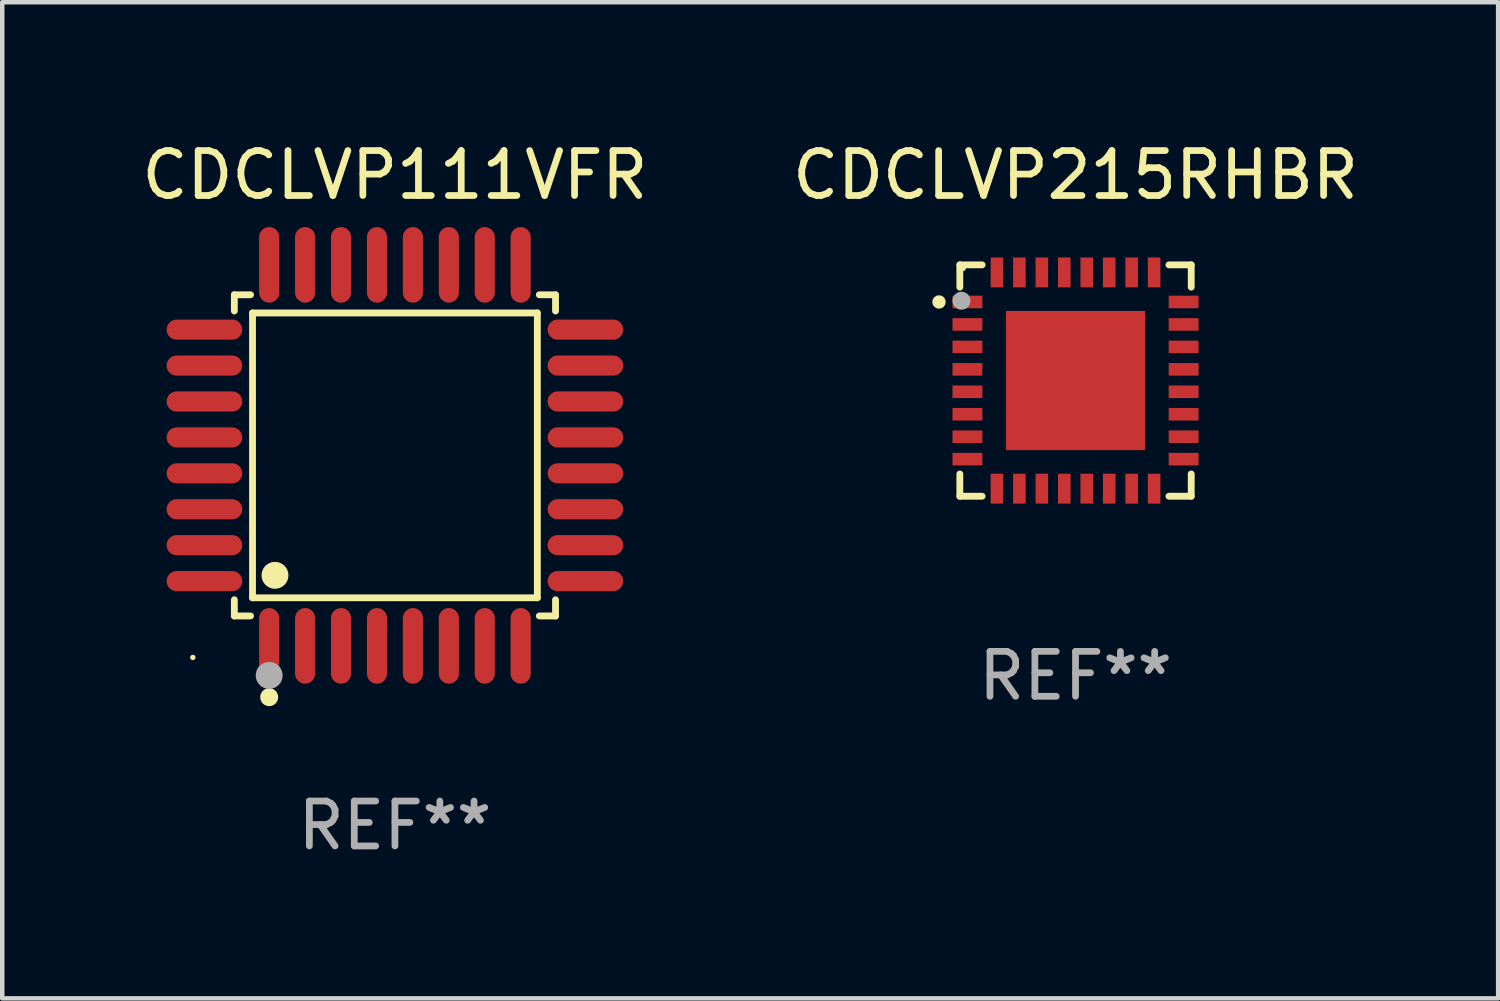
<source format=kicad_pcb>
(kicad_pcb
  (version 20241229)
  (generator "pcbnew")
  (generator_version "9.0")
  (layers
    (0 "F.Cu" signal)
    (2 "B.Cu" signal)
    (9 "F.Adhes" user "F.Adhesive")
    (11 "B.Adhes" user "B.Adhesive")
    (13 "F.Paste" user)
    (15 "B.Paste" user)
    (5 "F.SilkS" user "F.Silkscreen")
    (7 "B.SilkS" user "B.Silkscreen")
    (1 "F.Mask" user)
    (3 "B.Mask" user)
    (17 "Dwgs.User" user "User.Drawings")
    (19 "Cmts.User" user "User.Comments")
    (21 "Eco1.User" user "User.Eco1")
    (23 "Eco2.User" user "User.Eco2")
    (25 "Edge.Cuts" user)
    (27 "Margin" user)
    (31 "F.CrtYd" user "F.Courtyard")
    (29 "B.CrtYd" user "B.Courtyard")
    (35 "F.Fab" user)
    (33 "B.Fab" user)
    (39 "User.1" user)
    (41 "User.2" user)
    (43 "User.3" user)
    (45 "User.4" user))
  (footprint "CDCLVP111VFR"
    (layer "F.Cu")
    (at 5.744 7.09)
    (property "Reference" "CDCLVP111VFR" (at 0 -6.242 0) (layer "F.SilkS") (effects (font (size 1 1) (thickness 0.15))))
    (attr through_hole)
    (fp_line (start -3.576 -3.576) (end -3.215 -3.576) (stroke (width 0.152) (type solid)) (layer "F.SilkS"))
    (fp_line (start -3.576 -3.215) (end -3.576 -3.576) (stroke (width 0.152) (type solid)) (layer "F.SilkS"))
    (fp_line (start -3.576 3.215) (end -3.576 3.576) (stroke (width 0.152) (type solid)) (layer "F.SilkS"))
    (fp_line (start -3.576 3.576) (end -3.215 3.576) (stroke (width 0.152) (type solid)) (layer "F.SilkS"))
    (fp_line (start -3.171 -3.171) (end 3.171 -3.171) (stroke (width 0.152) (type solid)) (layer "F.SilkS"))
    (fp_line (start -3.171 3.171) (end -3.171 -3.171) (stroke (width 0.152) (type solid)) (layer "F.SilkS"))
    (fp_line (start 3.171 -3.171) (end 3.171 3.171) (stroke (width 0.152) (type solid)) (layer "F.SilkS"))
    (fp_line (start 3.171 3.171) (end -3.171 3.171) (stroke (width 0.152) (type solid)) (layer "F.SilkS"))
    (fp_line (start 3.576 -3.576) (end 3.215 -3.576) (stroke (width 0.152) (type solid)) (layer "F.SilkS"))
    (fp_line (start 3.576 -3.215) (end 3.576 -3.576) (stroke (width 0.152) (type solid)) (layer "F.SilkS"))
    (fp_line (start 3.576 3.215) (end 3.576 3.576) (stroke (width 0.152) (type solid)) (layer "F.SilkS"))
    (fp_line (start 3.576 3.576) (end 3.215 3.576) (stroke (width 0.152) (type solid)) (layer "F.SilkS"))
    (fp_circle (center -4.5 4.5) (end -4.47 4.5) (stroke (width 0.06) (type solid)) (fill no) (layer "F.SilkS"))
    (fp_circle (center -2.8 5.384) (end -2.7 5.384) (stroke (width 0.2) (type solid)) (fill no) (layer "F.SilkS"))
    (fp_circle (center -2.671 2.671) (end -2.521 2.671) (stroke (width 0.3) (type solid)) (fill no) (layer "F.SilkS"))
    (fp_circle (center -2.8 4.9) (end -2.65 4.9) (stroke (width 0.3) (type solid)) (fill no) (layer "F.Fab"))
    (fp_text user "REF**" (at 0 8.242 0) (layer "F.Fab") (effects (font (size 1 1) (thickness 0.15))))
    (pad "1" smd oval (at -2.8 4.242) (size 0.448 1.684) (layers "F.Cu" "F.Mask" "F.Paste"))
    (pad "2" smd oval (at -2 4.242) (size 0.448 1.684) (layers "F.Cu" "F.Mask" "F.Paste"))
    (pad "3" smd oval (at -1.2 4.242) (size 0.448 1.684) (layers "F.Cu" "F.Mask" "F.Paste"))
    (pad "4" smd oval (at -0.4 4.242) (size 0.448 1.684) (layers "F.Cu" "F.Mask" "F.Paste"))
    (pad "5" smd oval (at 0.4 4.242) (size 0.448 1.684) (layers "F.Cu" "F.Mask" "F.Paste"))
    (pad "6" smd oval (at 1.2 4.242) (size 0.448 1.684) (layers "F.Cu" "F.Mask" "F.Paste"))
    (pad "7" smd oval (at 2 4.242) (size 0.448 1.684) (layers "F.Cu" "F.Mask" "F.Paste"))
    (pad "8" smd oval (at 2.8 4.242) (size 0.448 1.684) (layers "F.Cu" "F.Mask" "F.Paste"))
    (pad "9" smd oval (at 4.242 2.8) (size 1.684 0.448) (layers "F.Cu" "F.Mask" "F.Paste"))
    (pad "10" smd oval (at 4.242 2) (size 1.684 0.448) (layers "F.Cu" "F.Mask" "F.Paste"))
    (pad "11" smd oval (at 4.242 1.2) (size 1.684 0.448) (layers "F.Cu" "F.Mask" "F.Paste"))
    (pad "12" smd oval (at 4.242 0.4) (size 1.684 0.448) (layers "F.Cu" "F.Mask" "F.Paste"))
    (pad "13" smd oval (at 4.242 -0.4) (size 1.684 0.448) (layers "F.Cu" "F.Mask" "F.Paste"))
    (pad "14" smd oval (at 4.242 -1.2) (size 1.684 0.448) (layers "F.Cu" "F.Mask" "F.Paste"))
    (pad "15" smd oval (at 4.242 -2) (size 1.684 0.448) (layers "F.Cu" "F.Mask" "F.Paste"))
    (pad "16" smd oval (at 4.242 -2.8) (size 1.684 0.448) (layers "F.Cu" "F.Mask" "F.Paste"))
    (pad "17" smd oval (at 2.8 -4.242) (size 0.448 1.684) (layers "F.Cu" "F.Mask" "F.Paste"))
    (pad "18" smd oval (at 2 -4.242) (size 0.448 1.684) (layers "F.Cu" "F.Mask" "F.Paste"))
    (pad "19" smd oval (at 1.2 -4.242) (size 0.448 1.684) (layers "F.Cu" "F.Mask" "F.Paste"))
    (pad "20" smd oval (at 0.4 -4.242) (size 0.448 1.684) (layers "F.Cu" "F.Mask" "F.Paste"))
    (pad "21" smd oval (at -0.4 -4.242) (size 0.448 1.684) (layers "F.Cu" "F.Mask" "F.Paste"))
    (pad "22" smd oval (at -1.2 -4.242) (size 0.448 1.684) (layers "F.Cu" "F.Mask" "F.Paste"))
    (pad "23" smd oval (at -2 -4.242) (size 0.448 1.684) (layers "F.Cu" "F.Mask" "F.Paste"))
    (pad "24" smd oval (at -2.8 -4.242) (size 0.448 1.684) (layers "F.Cu" "F.Mask" "F.Paste"))
    (pad "25" smd oval (at -4.242 -2.8) (size 1.684 0.448) (layers "F.Cu" "F.Mask" "F.Paste"))
    (pad "26" smd oval (at -4.242 -2) (size 1.684 0.448) (layers "F.Cu" "F.Mask" "F.Paste"))
    (pad "27" smd oval (at -4.242 -1.2) (size 1.684 0.448) (layers "F.Cu" "F.Mask" "F.Paste"))
    (pad "28" smd oval (at -4.242 -0.4) (size 1.684 0.448) (layers "F.Cu" "F.Mask" "F.Paste"))
    (pad "29" smd oval (at -4.242 0.4) (size 1.684 0.448) (layers "F.Cu" "F.Mask" "F.Paste"))
    (pad "30" smd oval (at -4.242 1.2) (size 1.684 0.448) (layers "F.Cu" "F.Mask" "F.Paste"))
    (pad "31" smd oval (at -4.242 2) (size 1.684 0.448) (layers "F.Cu" "F.Mask" "F.Paste"))
    (pad "32" smd oval (at -4.242 2.8) (size 1.684 0.448) (layers "F.Cu" "F.Mask" "F.Paste")))
  (footprint "CDCLVP215RHBR"
    (layer "F.Cu")
    (at 20.899 5.424)
    (property "Reference" "CDCLVP215RHBR" (at 0 -4.576 0) (layer "F.SilkS") (effects (font (size 1 1) (thickness 0.15))))
    (attr through_hole)
    (fp_line (start -2.576 -2.576) (end -2.576 -2.08) (stroke (width 0.152) (type solid)) (layer "F.SilkS"))
    (fp_line (start -2.576 2.576) (end -2.576 2.08) (stroke (width 0.152) (type solid)) (layer "F.SilkS"))
    (fp_line (start -2.08 -2.576) (end -2.576 -2.576) (stroke (width 0.152) (type solid)) (layer "F.SilkS"))
    (fp_line (start -2.08 2.576) (end -2.576 2.576) (stroke (width 0.152) (type solid)) (layer "F.SilkS"))
    (fp_line (start 2.08 -2.576) (end 2.576 -2.576) (stroke (width 0.152) (type solid)) (layer "F.SilkS"))
    (fp_line (start 2.08 2.576) (end 2.576 2.576) (stroke (width 0.152) (type solid)) (layer "F.SilkS"))
    (fp_line (start 2.576 -2.576) (end 2.576 -2.08) (stroke (width 0.152) (type solid)) (layer "F.SilkS"))
    (fp_line (start 2.576 2.576) (end 2.576 2.08) (stroke (width 0.152) (type solid)) (layer "F.SilkS"))
    (fp_circle (center -3.04 -1.75) (end -2.965 -1.75) (stroke (width 0.15) (type solid)) (fill no) (layer "F.SilkS"))
    (fp_circle (center -2.5 -2.5) (end -2.47 -2.5) (stroke (width 0.06) (type solid)) (fill no) (layer "F.SilkS"))
    (fp_circle (center -2.54 -1.778) (end -2.44 -1.778) (stroke (width 0.2) (type solid)) (fill no) (layer "F.Fab"))
    (fp_text user "REF**" (at 0 6.576 0) (layer "F.Fab") (effects (font (size 1 1) (thickness 0.15))))
    (pad "1" smd rect (at -2.407 -1.75) (size 0.665 0.28) (layers "F.Cu" "F.Mask" "F.Paste"))
    (pad "2" smd rect (at -2.407 -1.25) (size 0.665 0.28) (layers "F.Cu" "F.Mask" "F.Paste"))
    (pad "3" smd rect (at -2.407 -0.75) (size 0.665 0.28) (layers "F.Cu" "F.Mask" "F.Paste"))
    (pad "4" smd rect (at -2.407 -0.25) (size 0.665 0.28) (layers "F.Cu" "F.Mask" "F.Paste"))
    (pad "5" smd rect (at -2.407 0.25) (size 0.665 0.28) (layers "F.Cu" "F.Mask" "F.Paste"))
    (pad "6" smd rect (at -2.407 0.75) (size 0.665 0.28) (layers "F.Cu" "F.Mask" "F.Paste"))
    (pad "7" smd rect (at -2.407 1.25) (size 0.665 0.28) (layers "F.Cu" "F.Mask" "F.Paste"))
    (pad "8" smd rect (at -2.407 1.75) (size 0.665 0.28) (layers "F.Cu" "F.Mask" "F.Paste"))
    (pad "9" smd rect (at -1.75 2.407) (size 0.28 0.665) (layers "F.Cu" "F.Mask" "F.Paste"))
    (pad "10" smd rect (at -1.25 2.407) (size 0.28 0.665) (layers "F.Cu" "F.Mask" "F.Paste"))
    (pad "11" smd rect (at -0.75 2.407) (size 0.28 0.665) (layers "F.Cu" "F.Mask" "F.Paste"))
    (pad "12" smd rect (at -0.25 2.407) (size 0.28 0.665) (layers "F.Cu" "F.Mask" "F.Paste"))
    (pad "13" smd rect (at 0.25 2.407) (size 0.28 0.665) (layers "F.Cu" "F.Mask" "F.Paste"))
    (pad "14" smd rect (at 0.75 2.407) (size 0.28 0.665) (layers "F.Cu" "F.Mask" "F.Paste"))
    (pad "15" smd rect (at 1.25 2.407) (size 0.28 0.665) (layers "F.Cu" "F.Mask" "F.Paste"))
    (pad "16" smd rect (at 1.75 2.407) (size 0.28 0.665) (layers "F.Cu" "F.Mask" "F.Paste"))
    (pad "17" smd rect (at 2.407 1.75) (size 0.665 0.28) (layers "F.Cu" "F.Mask" "F.Paste"))
    (pad "18" smd rect (at 2.407 1.25) (size 0.665 0.28) (layers "F.Cu" "F.Mask" "F.Paste"))
    (pad "19" smd rect (at 2.407 0.75) (size 0.665 0.28) (layers "F.Cu" "F.Mask" "F.Paste"))
    (pad "20" smd rect (at 2.407 0.25) (size 0.665 0.28) (layers "F.Cu" "F.Mask" "F.Paste"))
    (pad "21" smd rect (at 2.407 -0.25) (size 0.665 0.28) (layers "F.Cu" "F.Mask" "F.Paste"))
    (pad "22" smd rect (at 2.407 -0.75) (size 0.665 0.28) (layers "F.Cu" "F.Mask" "F.Paste"))
    (pad "23" smd rect (at 2.407 -1.25) (size 0.665 0.28) (layers "F.Cu" "F.Mask" "F.Paste"))
    (pad "24" smd rect (at 2.407 -1.75) (size 0.665 0.28) (layers "F.Cu" "F.Mask" "F.Paste"))
    (pad "25" smd rect (at 1.75 -2.408) (size 0.28 0.665) (layers "F.Cu" "F.Mask" "F.Paste"))
    (pad "26" smd rect (at 1.25 -2.408) (size 0.28 0.665) (layers "F.Cu" "F.Mask" "F.Paste"))
    (pad "27" smd rect (at 0.75 -2.408) (size 0.28 0.665) (layers "F.Cu" "F.Mask" "F.Paste"))
    (pad "28" smd rect (at 0.25 -2.408) (size 0.28 0.665) (layers "F.Cu" "F.Mask" "F.Paste"))
    (pad "29" smd rect (at -0.25 -2.408) (size 0.28 0.665) (layers "F.Cu" "F.Mask" "F.Paste"))
    (pad "30" smd rect (at -0.75 -2.408) (size 0.28 0.665) (layers "F.Cu" "F.Mask" "F.Paste"))
    (pad "31" smd rect (at -1.25 -2.408) (size 0.28 0.665) (layers "F.Cu" "F.Mask" "F.Paste"))
    (pad "32" smd rect (at -1.75 -2.408) (size 0.28 0.665) (layers "F.Cu" "F.Mask" "F.Paste"))
    (pad "33" smd rect (at -0.000076 -0.000102) (size 3.1 3.1) (layers "F.Cu" "F.Mask" "F.Paste")))
  (gr_rect
    (start -3 -3)
    (end 30.31 19.181)
    (stroke (width 0.1) (type default))
    (fill no)
    (layer "Edge.Cuts")))
</source>
